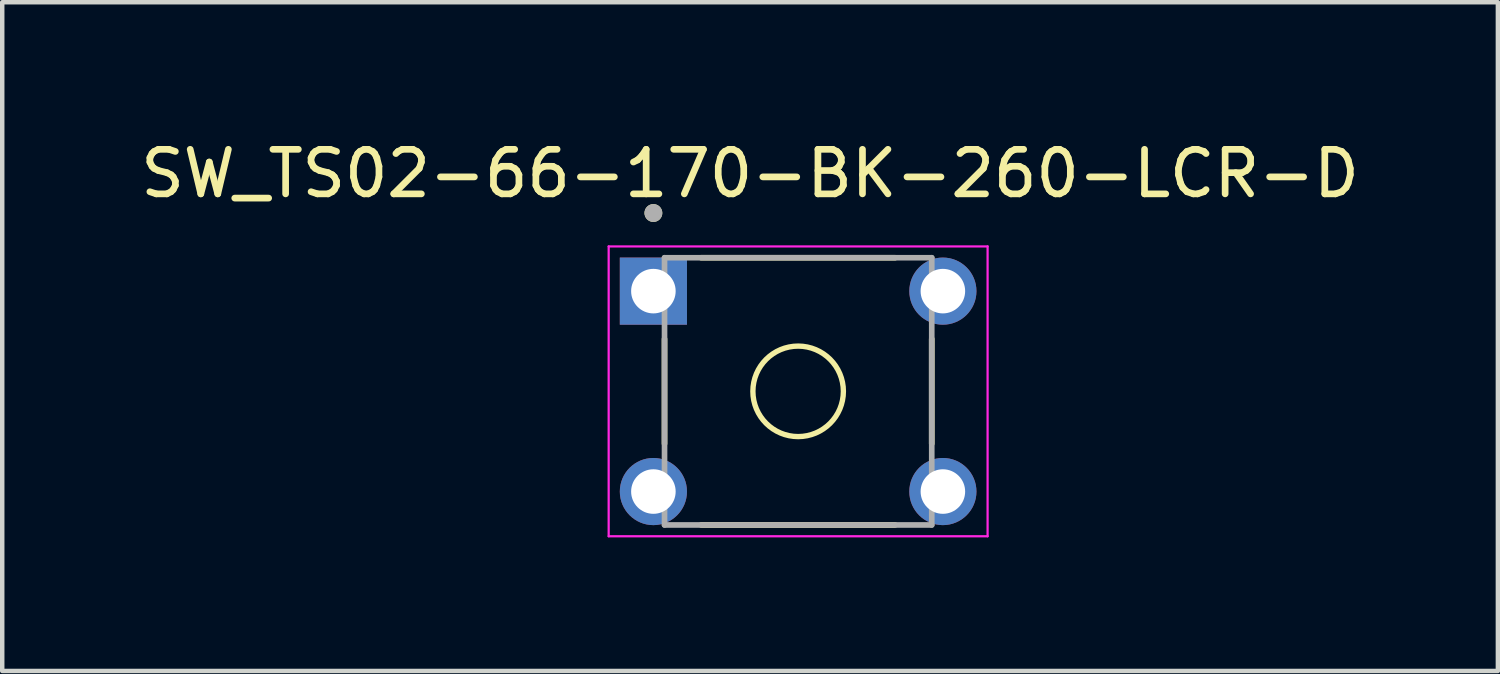
<source format=kicad_pcb>
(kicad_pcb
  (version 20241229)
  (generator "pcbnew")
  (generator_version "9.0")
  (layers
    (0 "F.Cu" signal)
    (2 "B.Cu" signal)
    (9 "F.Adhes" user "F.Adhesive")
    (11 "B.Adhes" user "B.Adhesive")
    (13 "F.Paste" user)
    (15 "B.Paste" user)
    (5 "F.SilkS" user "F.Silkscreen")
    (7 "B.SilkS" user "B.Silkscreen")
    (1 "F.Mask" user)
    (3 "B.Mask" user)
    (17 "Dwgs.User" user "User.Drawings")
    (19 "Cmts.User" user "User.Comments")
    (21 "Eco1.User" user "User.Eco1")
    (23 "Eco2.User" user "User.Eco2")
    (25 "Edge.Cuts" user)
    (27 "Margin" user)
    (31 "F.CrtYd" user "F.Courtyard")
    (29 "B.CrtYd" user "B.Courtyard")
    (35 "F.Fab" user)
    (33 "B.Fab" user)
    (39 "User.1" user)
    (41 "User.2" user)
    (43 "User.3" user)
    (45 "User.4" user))
  (footprint "SW_TS02-66-170-BK-260-LCR-D"
    (layer "F.Cu")
    (at 14.871 5.737)
    (property "Reference" "SW_TS02-66-170-BK-260-LCR-D" (at -1.079 -4.889 0) (layer "F.SilkS") (effects (font (size 1 1) (thickness 0.15))))
    (attr through_hole)
    (fp_line (start -3 -1.176) (end -3 1.176) (stroke (width 0.127) (type solid)) (layer "F.SilkS"))
    (fp_line (start -2.176 -3) (end 2.176 -3) (stroke (width 0.127) (type solid)) (layer "F.SilkS"))
    (fp_line (start -2.176 3) (end 2.176 3) (stroke (width 0.127) (type solid)) (layer "F.SilkS"))
    (fp_line (start 3 -1.176) (end 3 1.176) (stroke (width 0.127) (type solid)) (layer "F.SilkS"))
    (fp_circle (center -3.25 -4.004) (end -3.15 -4.004) (stroke (width 0.2) (type solid)) (fill no) (layer "F.SilkS"))
    (fp_circle (center 0 0) (end 1.016 0) (stroke (width 0.12) (type default)) (fill no) (layer "F.SilkS"))
    (fp_line (start -4.254 -3.254) (end -4.254 3.254) (stroke (width 0.05) (type solid)) (layer "F.CrtYd"))
    (fp_line (start -4.254 3.254) (end 4.254 3.254) (stroke (width 0.05) (type solid)) (layer "F.CrtYd"))
    (fp_line (start 4.254 -3.254) (end -4.254 -3.254) (stroke (width 0.05) (type solid)) (layer "F.CrtYd"))
    (fp_line (start 4.254 3.254) (end 4.254 -3.254) (stroke (width 0.05) (type solid)) (layer "F.CrtYd"))
    (fp_line (start -3 -3) (end 3 -3) (stroke (width 0.127) (type solid)) (layer "F.Fab"))
    (fp_line (start -3 3) (end -3 -3) (stroke (width 0.127) (type solid)) (layer "F.Fab"))
    (fp_line (start 3 -3) (end 3 3) (stroke (width 0.127) (type solid)) (layer "F.Fab"))
    (fp_line (start 3 3) (end -3 3) (stroke (width 0.127) (type solid)) (layer "F.Fab"))
    (fp_circle (center -3.25 -4.004) (end -3.15 -4.004) (stroke (width 0.2) (type solid)) (fill no) (layer "F.Fab"))
    (pad "1" thru_hole rect (at -3.25 -2.25) (size 1.508 1.508) (drill 1) (layers "*.Cu" "*.Mask"))
    (pad "2" thru_hole circle (at 3.25 -2.25) (size 1.508 1.508) (drill 1) (layers "*.Cu" "*.Mask"))
    (pad "3" thru_hole circle (at -3.25 2.25) (size 1.508 1.508) (drill 1) (layers "*.Cu" "*.Mask"))
    (pad "4" thru_hole circle (at 3.25 2.25) (size 1.508 1.508) (drill 1) (layers "*.Cu" "*.Mask")))
  (gr_rect
    (start -3 -3)
    (end 30.583 12.016)
    (stroke (width 0.1) (type default))
    (fill no)
    (layer "Edge.Cuts")))
</source>
